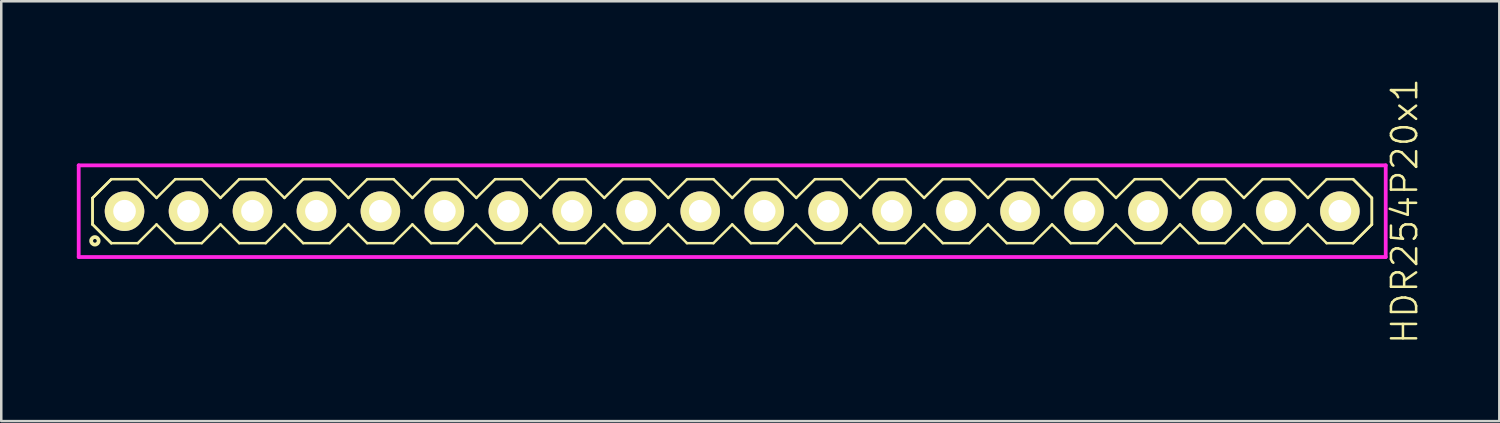
<source format=kicad_pcb>
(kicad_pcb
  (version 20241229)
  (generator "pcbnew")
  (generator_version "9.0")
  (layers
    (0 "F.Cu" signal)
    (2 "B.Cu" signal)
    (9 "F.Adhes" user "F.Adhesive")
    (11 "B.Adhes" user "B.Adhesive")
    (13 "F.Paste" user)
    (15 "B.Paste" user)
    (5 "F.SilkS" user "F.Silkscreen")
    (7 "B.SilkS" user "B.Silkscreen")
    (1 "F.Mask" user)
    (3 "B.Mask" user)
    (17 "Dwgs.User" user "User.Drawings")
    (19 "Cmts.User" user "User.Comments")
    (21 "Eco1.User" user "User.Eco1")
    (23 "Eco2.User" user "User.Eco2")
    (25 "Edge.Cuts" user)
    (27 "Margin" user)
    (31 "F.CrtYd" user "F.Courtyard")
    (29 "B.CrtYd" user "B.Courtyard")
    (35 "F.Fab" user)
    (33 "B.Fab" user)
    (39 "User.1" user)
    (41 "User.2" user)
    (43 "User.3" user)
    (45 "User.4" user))
  (footprint "HDR254P20x1"
    (layer "F.Cu")
    (at 26.025 5.336)
    (property "Reference" "HDR254P20x1" (at 26.7 0 90) (layer "F.SilkS") (effects (font (size 1 1) (thickness 0.1))))
    (attr through_hole)
    (fp_line (start -25.4 -0.526) (end -24.656 -1.27) (stroke (width 0.1) (type solid)) (layer "F.SilkS"))
    (fp_line (start -25.4 -0.526) (end -24.656 -1.27) (stroke (width 0.1) (type solid)) (layer "F.SilkS"))
    (fp_line (start -25.4 0.526) (end -25.4 -0.526) (stroke (width 0.1) (type solid)) (layer "F.SilkS"))
    (fp_line (start -25.4 0.526) (end -25.4 -0.526) (stroke (width 0.1) (type solid)) (layer "F.SilkS"))
    (fp_line (start -24.656 -1.27) (end -23.604 -1.27) (stroke (width 0.1) (type solid)) (layer "F.SilkS"))
    (fp_line (start -24.656 1.27) (end -25.4 0.526) (stroke (width 0.1) (type solid)) (layer "F.SilkS"))
    (fp_line (start -24.656 1.27) (end -25.4 0.526) (stroke (width 0.1) (type solid)) (layer "F.SilkS"))
    (fp_line (start -23.604 -1.27) (end -22.86 -0.526) (stroke (width 0.1) (type solid)) (layer "F.SilkS"))
    (fp_line (start -23.604 1.27) (end -24.656 1.27) (stroke (width 0.1) (type solid)) (layer "F.SilkS"))
    (fp_line (start -22.86 -0.526) (end -22.116 -1.27) (stroke (width 0.1) (type solid)) (layer "F.SilkS"))
    (fp_line (start -22.86 0.526) (end -23.604 1.27) (stroke (width 0.1) (type solid)) (layer "F.SilkS"))
    (fp_line (start -22.116 -1.27) (end -21.064 -1.27) (stroke (width 0.1) (type solid)) (layer "F.SilkS"))
    (fp_line (start -22.116 1.27) (end -22.86 0.526) (stroke (width 0.1) (type solid)) (layer "F.SilkS"))
    (fp_line (start -21.064 -1.27) (end -20.32 -0.526) (stroke (width 0.1) (type solid)) (layer "F.SilkS"))
    (fp_line (start -21.064 1.27) (end -22.116 1.27) (stroke (width 0.1) (type solid)) (layer "F.SilkS"))
    (fp_line (start -20.32 -0.526) (end -19.576 -1.27) (stroke (width 0.1) (type solid)) (layer "F.SilkS"))
    (fp_line (start -20.32 0.526) (end -21.064 1.27) (stroke (width 0.1) (type solid)) (layer "F.SilkS"))
    (fp_line (start -19.576 -1.27) (end -18.524 -1.27) (stroke (width 0.1) (type solid)) (layer "F.SilkS"))
    (fp_line (start -19.576 1.27) (end -20.32 0.526) (stroke (width 0.1) (type solid)) (layer "F.SilkS"))
    (fp_line (start -18.524 -1.27) (end -17.78 -0.526) (stroke (width 0.1) (type solid)) (layer "F.SilkS"))
    (fp_line (start -18.524 1.27) (end -19.576 1.27) (stroke (width 0.1) (type solid)) (layer "F.SilkS"))
    (fp_line (start -17.78 -0.526) (end -17.036 -1.27) (stroke (width 0.1) (type solid)) (layer "F.SilkS"))
    (fp_line (start -17.78 0.526) (end -18.524 1.27) (stroke (width 0.1) (type solid)) (layer "F.SilkS"))
    (fp_line (start -17.036 -1.27) (end -15.984 -1.27) (stroke (width 0.1) (type solid)) (layer "F.SilkS"))
    (fp_line (start -17.036 1.27) (end -17.78 0.526) (stroke (width 0.1) (type solid)) (layer "F.SilkS"))
    (fp_line (start -15.984 -1.27) (end -15.24 -0.526) (stroke (width 0.1) (type solid)) (layer "F.SilkS"))
    (fp_line (start -15.984 1.27) (end -17.036 1.27) (stroke (width 0.1) (type solid)) (layer "F.SilkS"))
    (fp_line (start -15.24 -0.526) (end -14.496 -1.27) (stroke (width 0.1) (type solid)) (layer "F.SilkS"))
    (fp_line (start -15.24 0.526) (end -15.984 1.27) (stroke (width 0.1) (type solid)) (layer "F.SilkS"))
    (fp_line (start -14.496 -1.27) (end -13.444 -1.27) (stroke (width 0.1) (type solid)) (layer "F.SilkS"))
    (fp_line (start -14.496 1.27) (end -15.24 0.526) (stroke (width 0.1) (type solid)) (layer "F.SilkS"))
    (fp_line (start -13.444 -1.27) (end -12.7 -0.526) (stroke (width 0.1) (type solid)) (layer "F.SilkS"))
    (fp_line (start -13.444 1.27) (end -14.496 1.27) (stroke (width 0.1) (type solid)) (layer "F.SilkS"))
    (fp_line (start -12.7 -0.526) (end -11.956 -1.27) (stroke (width 0.1) (type solid)) (layer "F.SilkS"))
    (fp_line (start -12.7 0.526) (end -13.444 1.27) (stroke (width 0.1) (type solid)) (layer "F.SilkS"))
    (fp_line (start -11.956 -1.27) (end -10.904 -1.27) (stroke (width 0.1) (type solid)) (layer "F.SilkS"))
    (fp_line (start -11.956 1.27) (end -12.7 0.526) (stroke (width 0.1) (type solid)) (layer "F.SilkS"))
    (fp_line (start -10.904 -1.27) (end -10.16 -0.526) (stroke (width 0.1) (type solid)) (layer "F.SilkS"))
    (fp_line (start -10.904 1.27) (end -11.956 1.27) (stroke (width 0.1) (type solid)) (layer "F.SilkS"))
    (fp_line (start -10.16 -0.526) (end -9.416 -1.27) (stroke (width 0.1) (type solid)) (layer "F.SilkS"))
    (fp_line (start -10.16 0.526) (end -10.904 1.27) (stroke (width 0.1) (type solid)) (layer "F.SilkS"))
    (fp_line (start -9.416 -1.27) (end -8.364 -1.27) (stroke (width 0.1) (type solid)) (layer "F.SilkS"))
    (fp_line (start -9.416 1.27) (end -10.16 0.526) (stroke (width 0.1) (type solid)) (layer "F.SilkS"))
    (fp_line (start -8.364 -1.27) (end -7.62 -0.526) (stroke (width 0.1) (type solid)) (layer "F.SilkS"))
    (fp_line (start -8.364 1.27) (end -9.416 1.27) (stroke (width 0.1) (type solid)) (layer "F.SilkS"))
    (fp_line (start -7.62 -0.526) (end -6.876 -1.27) (stroke (width 0.1) (type solid)) (layer "F.SilkS"))
    (fp_line (start -7.62 0.526) (end -8.364 1.27) (stroke (width 0.1) (type solid)) (layer "F.SilkS"))
    (fp_line (start -6.876 -1.27) (end -5.824 -1.27) (stroke (width 0.1) (type solid)) (layer "F.SilkS"))
    (fp_line (start -6.876 1.27) (end -7.62 0.526) (stroke (width 0.1) (type solid)) (layer "F.SilkS"))
    (fp_line (start -5.824 -1.27) (end -5.08 -0.526) (stroke (width 0.1) (type solid)) (layer "F.SilkS"))
    (fp_line (start -5.824 1.27) (end -6.876 1.27) (stroke (width 0.1) (type solid)) (layer "F.SilkS"))
    (fp_line (start -5.08 -0.526) (end -4.336 -1.27) (stroke (width 0.1) (type solid)) (layer "F.SilkS"))
    (fp_line (start -5.08 0.526) (end -5.824 1.27) (stroke (width 0.1) (type solid)) (layer "F.SilkS"))
    (fp_line (start -4.336 -1.27) (end -3.284 -1.27) (stroke (width 0.1) (type solid)) (layer "F.SilkS"))
    (fp_line (start -4.336 1.27) (end -5.08 0.526) (stroke (width 0.1) (type solid)) (layer "F.SilkS"))
    (fp_line (start -3.284 -1.27) (end -2.54 -0.526) (stroke (width 0.1) (type solid)) (layer "F.SilkS"))
    (fp_line (start -3.284 1.27) (end -4.336 1.27) (stroke (width 0.1) (type solid)) (layer "F.SilkS"))
    (fp_line (start -2.54 -0.526) (end -1.796 -1.27) (stroke (width 0.1) (type solid)) (layer "F.SilkS"))
    (fp_line (start -2.54 0.526) (end -3.284 1.27) (stroke (width 0.1) (type solid)) (layer "F.SilkS"))
    (fp_line (start -1.796 -1.27) (end -0.744 -1.27) (stroke (width 0.1) (type solid)) (layer "F.SilkS"))
    (fp_line (start -1.796 1.27) (end -2.54 0.526) (stroke (width 0.1) (type solid)) (layer "F.SilkS"))
    (fp_line (start -0.744 -1.27) (end 0 -0.526) (stroke (width 0.1) (type solid)) (layer "F.SilkS"))
    (fp_line (start -0.744 1.27) (end -1.796 1.27) (stroke (width 0.1) (type solid)) (layer "F.SilkS"))
    (fp_line (start 0 -0.526) (end 0.744 -1.27) (stroke (width 0.1) (type solid)) (layer "F.SilkS"))
    (fp_line (start 0 0.526) (end -0.744 1.27) (stroke (width 0.1) (type solid)) (layer "F.SilkS"))
    (fp_line (start 0.744 -1.27) (end 1.796 -1.27) (stroke (width 0.1) (type solid)) (layer "F.SilkS"))
    (fp_line (start 0.744 1.27) (end 0 0.526) (stroke (width 0.1) (type solid)) (layer "F.SilkS"))
    (fp_line (start 1.796 -1.27) (end 2.54 -0.526) (stroke (width 0.1) (type solid)) (layer "F.SilkS"))
    (fp_line (start 1.796 1.27) (end 0.744 1.27) (stroke (width 0.1) (type solid)) (layer "F.SilkS"))
    (fp_line (start 2.54 -0.526) (end 3.284 -1.27) (stroke (width 0.1) (type solid)) (layer "F.SilkS"))
    (fp_line (start 2.54 0.526) (end 1.796 1.27) (stroke (width 0.1) (type solid)) (layer "F.SilkS"))
    (fp_line (start 3.284 -1.27) (end 4.336 -1.27) (stroke (width 0.1) (type solid)) (layer "F.SilkS"))
    (fp_line (start 3.284 1.27) (end 2.54 0.526) (stroke (width 0.1) (type solid)) (layer "F.SilkS"))
    (fp_line (start 4.336 -1.27) (end 5.08 -0.526) (stroke (width 0.1) (type solid)) (layer "F.SilkS"))
    (fp_line (start 4.336 1.27) (end 3.284 1.27) (stroke (width 0.1) (type solid)) (layer "F.SilkS"))
    (fp_line (start 5.08 -0.526) (end 5.824 -1.27) (stroke (width 0.1) (type solid)) (layer "F.SilkS"))
    (fp_line (start 5.08 0.526) (end 4.336 1.27) (stroke (width 0.1) (type solid)) (layer "F.SilkS"))
    (fp_line (start 5.824 -1.27) (end 6.876 -1.27) (stroke (width 0.1) (type solid)) (layer "F.SilkS"))
    (fp_line (start 5.824 1.27) (end 5.08 0.526) (stroke (width 0.1) (type solid)) (layer "F.SilkS"))
    (fp_line (start 6.876 -1.27) (end 7.62 -0.526) (stroke (width 0.1) (type solid)) (layer "F.SilkS"))
    (fp_line (start 6.876 1.27) (end 5.824 1.27) (stroke (width 0.1) (type solid)) (layer "F.SilkS"))
    (fp_line (start 7.62 -0.526) (end 8.364 -1.27) (stroke (width 0.1) (type solid)) (layer "F.SilkS"))
    (fp_line (start 7.62 0.526) (end 6.876 1.27) (stroke (width 0.1) (type solid)) (layer "F.SilkS"))
    (fp_line (start 8.364 -1.27) (end 9.416 -1.27) (stroke (width 0.1) (type solid)) (layer "F.SilkS"))
    (fp_line (start 8.364 1.27) (end 7.62 0.526) (stroke (width 0.1) (type solid)) (layer "F.SilkS"))
    (fp_line (start 9.416 -1.27) (end 10.16 -0.526) (stroke (width 0.1) (type solid)) (layer "F.SilkS"))
    (fp_line (start 9.416 1.27) (end 8.364 1.27) (stroke (width 0.1) (type solid)) (layer "F.SilkS"))
    (fp_line (start 10.16 -0.526) (end 10.904 -1.27) (stroke (width 0.1) (type solid)) (layer "F.SilkS"))
    (fp_line (start 10.16 0.526) (end 9.416 1.27) (stroke (width 0.1) (type solid)) (layer "F.SilkS"))
    (fp_line (start 10.904 -1.27) (end 11.956 -1.27) (stroke (width 0.1) (type solid)) (layer "F.SilkS"))
    (fp_line (start 10.904 1.27) (end 10.16 0.526) (stroke (width 0.1) (type solid)) (layer "F.SilkS"))
    (fp_line (start 11.956 -1.27) (end 12.7 -0.526) (stroke (width 0.1) (type solid)) (layer "F.SilkS"))
    (fp_line (start 11.956 1.27) (end 10.904 1.27) (stroke (width 0.1) (type solid)) (layer "F.SilkS"))
    (fp_line (start 12.7 -0.526) (end 13.444 -1.27) (stroke (width 0.1) (type solid)) (layer "F.SilkS"))
    (fp_line (start 12.7 0.526) (end 11.956 1.27) (stroke (width 0.1) (type solid)) (layer "F.SilkS"))
    (fp_line (start 13.444 -1.27) (end 14.496 -1.27) (stroke (width 0.1) (type solid)) (layer "F.SilkS"))
    (fp_line (start 13.444 1.27) (end 12.7 0.526) (stroke (width 0.1) (type solid)) (layer "F.SilkS"))
    (fp_line (start 14.496 -1.27) (end 15.24 -0.526) (stroke (width 0.1) (type solid)) (layer "F.SilkS"))
    (fp_line (start 14.496 1.27) (end 13.444 1.27) (stroke (width 0.1) (type solid)) (layer "F.SilkS"))
    (fp_line (start 15.24 -0.526) (end 15.984 -1.27) (stroke (width 0.1) (type solid)) (layer "F.SilkS"))
    (fp_line (start 15.24 0.526) (end 14.496 1.27) (stroke (width 0.1) (type solid)) (layer "F.SilkS"))
    (fp_line (start 15.984 -1.27) (end 17.036 -1.27) (stroke (width 0.1) (type solid)) (layer "F.SilkS"))
    (fp_line (start 15.984 1.27) (end 15.24 0.526) (stroke (width 0.1) (type solid)) (layer "F.SilkS"))
    (fp_line (start 17.036 -1.27) (end 17.78 -0.526) (stroke (width 0.1) (type solid)) (layer "F.SilkS"))
    (fp_line (start 17.036 1.27) (end 15.984 1.27) (stroke (width 0.1) (type solid)) (layer "F.SilkS"))
    (fp_line (start 17.78 -0.526) (end 18.524 -1.27) (stroke (width 0.1) (type solid)) (layer "F.SilkS"))
    (fp_line (start 17.78 0.526) (end 17.036 1.27) (stroke (width 0.1) (type solid)) (layer "F.SilkS"))
    (fp_line (start 18.524 -1.27) (end 19.576 -1.27) (stroke (width 0.1) (type solid)) (layer "F.SilkS"))
    (fp_line (start 18.524 1.27) (end 17.78 0.526) (stroke (width 0.1) (type solid)) (layer "F.SilkS"))
    (fp_line (start 19.576 -1.27) (end 20.32 -0.526) (stroke (width 0.1) (type solid)) (layer "F.SilkS"))
    (fp_line (start 19.576 1.27) (end 18.524 1.27) (stroke (width 0.1) (type solid)) (layer "F.SilkS"))
    (fp_line (start 20.32 -0.526) (end 21.064 -1.27) (stroke (width 0.1) (type solid)) (layer "F.SilkS"))
    (fp_line (start 20.32 0.526) (end 19.576 1.27) (stroke (width 0.1) (type solid)) (layer "F.SilkS"))
    (fp_line (start 21.064 -1.27) (end 22.116 -1.27) (stroke (width 0.1) (type solid)) (layer "F.SilkS"))
    (fp_line (start 21.064 1.27) (end 20.32 0.526) (stroke (width 0.1) (type solid)) (layer "F.SilkS"))
    (fp_line (start 22.116 -1.27) (end 22.86 -0.526) (stroke (width 0.1) (type solid)) (layer "F.SilkS"))
    (fp_line (start 22.116 1.27) (end 21.064 1.27) (stroke (width 0.1) (type solid)) (layer "F.SilkS"))
    (fp_line (start 22.86 -0.526) (end 23.604 -1.27) (stroke (width 0.1) (type solid)) (layer "F.SilkS"))
    (fp_line (start 22.86 0.526) (end 22.116 1.27) (stroke (width 0.1) (type solid)) (layer "F.SilkS"))
    (fp_line (start 23.604 -1.27) (end 24.656 -1.27) (stroke (width 0.1) (type solid)) (layer "F.SilkS"))
    (fp_line (start 23.604 1.27) (end 22.86 0.526) (stroke (width 0.1) (type solid)) (layer "F.SilkS"))
    (fp_line (start 24.656 -1.27) (end 25.4 -0.526) (stroke (width 0.1) (type solid)) (layer "F.SilkS"))
    (fp_line (start 24.656 -1.27) (end 25.4 -0.526) (stroke (width 0.1) (type solid)) (layer "F.SilkS"))
    (fp_line (start 24.656 1.27) (end 23.604 1.27) (stroke (width 0.1) (type solid)) (layer "F.SilkS"))
    (fp_line (start 25.4 -0.526) (end 25.4 0.526) (stroke (width 0.1) (type solid)) (layer "F.SilkS"))
    (fp_line (start 25.4 -0.526) (end 25.4 0.526) (stroke (width 0.1) (type solid)) (layer "F.SilkS"))
    (fp_line (start 25.4 0.526) (end 24.656 1.27) (stroke (width 0.1) (type solid)) (layer "F.SilkS"))
    (fp_line (start 25.4 0.526) (end 24.656 1.27) (stroke (width 0.1) (type solid)) (layer "F.SilkS"))
    (fp_circle (center -25.307 1.178) (end -25.158 1.178) (stroke (width 0.15) (type solid)) (fill no) (layer "F.SilkS"))
    (fp_line (start -25.95 -1.82) (end -25.95 1.82) (stroke (width 0.15) (type solid)) (layer "F.CrtYd"))
    (fp_line (start -25.95 1.82) (end 25.95 1.82) (stroke (width 0.15) (type solid)) (layer "F.CrtYd"))
    (fp_line (start 25.95 -1.82) (end -25.95 -1.82) (stroke (width 0.15) (type solid)) (layer "F.CrtYd"))
    (fp_line (start 25.95 1.82) (end 25.95 -1.82) (stroke (width 0.15) (type solid)) (layer "F.CrtYd"))
    (pad "1" thru_hole oval (at -24.13 0) (size 1.57 1.57) (drill 0.9) (layers "*.Cu" "*.Mask" "F.SilkS"))
    (pad "2" thru_hole oval (at -21.59 0) (size 1.57 1.57) (drill 0.9) (layers "*.Cu" "*.Mask" "F.SilkS"))
    (pad "3" thru_hole oval (at -19.05 0) (size 1.57 1.57) (drill 0.9) (layers "*.Cu" "*.Mask" "F.SilkS"))
    (pad "4" thru_hole oval (at -16.51 0) (size 1.57 1.57) (drill 0.9) (layers "*.Cu" "*.Mask" "F.SilkS"))
    (pad "5" thru_hole oval (at -13.97 0) (size 1.57 1.57) (drill 0.9) (layers "*.Cu" "*.Mask" "F.SilkS"))
    (pad "6" thru_hole oval (at -11.43 0) (size 1.57 1.57) (drill 0.9) (layers "*.Cu" "*.Mask" "F.SilkS"))
    (pad "7" thru_hole oval (at -8.89 0) (size 1.57 1.57) (drill 0.9) (layers "*.Cu" "*.Mask" "F.SilkS"))
    (pad "8" thru_hole oval (at -6.35 0) (size 1.57 1.57) (drill 0.9) (layers "*.Cu" "*.Mask" "F.SilkS"))
    (pad "9" thru_hole oval (at -3.81 0) (size 1.57 1.57) (drill 0.9) (layers "*.Cu" "*.Mask" "F.SilkS"))
    (pad "10" thru_hole oval (at -1.27 0) (size 1.57 1.57) (drill 0.9) (layers "*.Cu" "*.Mask" "F.SilkS"))
    (pad "11" thru_hole oval (at 1.27 0) (size 1.57 1.57) (drill 0.9) (layers "*.Cu" "*.Mask" "F.SilkS"))
    (pad "12" thru_hole oval (at 3.81 0) (size 1.57 1.57) (drill 0.9) (layers "*.Cu" "*.Mask" "F.SilkS"))
    (pad "13" thru_hole oval (at 6.35 0) (size 1.57 1.57) (drill 0.9) (layers "*.Cu" "*.Mask" "F.SilkS"))
    (pad "14" thru_hole oval (at 8.89 0) (size 1.57 1.57) (drill 0.9) (layers "*.Cu" "*.Mask" "F.SilkS"))
    (pad "15" thru_hole oval (at 11.43 0) (size 1.57 1.57) (drill 0.9) (layers "*.Cu" "*.Mask" "F.SilkS"))
    (pad "16" thru_hole oval (at 13.97 0) (size 1.57 1.57) (drill 0.9) (layers "*.Cu" "*.Mask" "F.SilkS"))
    (pad "17" thru_hole oval (at 16.51 0) (size 1.57 1.57) (drill 0.9) (layers "*.Cu" "*.Mask" "F.SilkS"))
    (pad "18" thru_hole oval (at 19.05 0) (size 1.57 1.57) (drill 0.9) (layers "*.Cu" "*.Mask" "F.SilkS"))
    (pad "19" thru_hole oval (at 21.59 0) (size 1.57 1.57) (drill 0.9) (layers "*.Cu" "*.Mask" "F.SilkS"))
    (pad "20" thru_hole oval (at 24.13 0) (size 1.57 1.57) (drill 0.9) (layers "*.Cu" "*.Mask" "F.SilkS")))
  (gr_rect
    (start -3 -3)
    (end 56.486 13.671)
    (stroke (width 0.1) (type default))
    (fill no)
    (layer "Edge.Cuts")))
</source>
